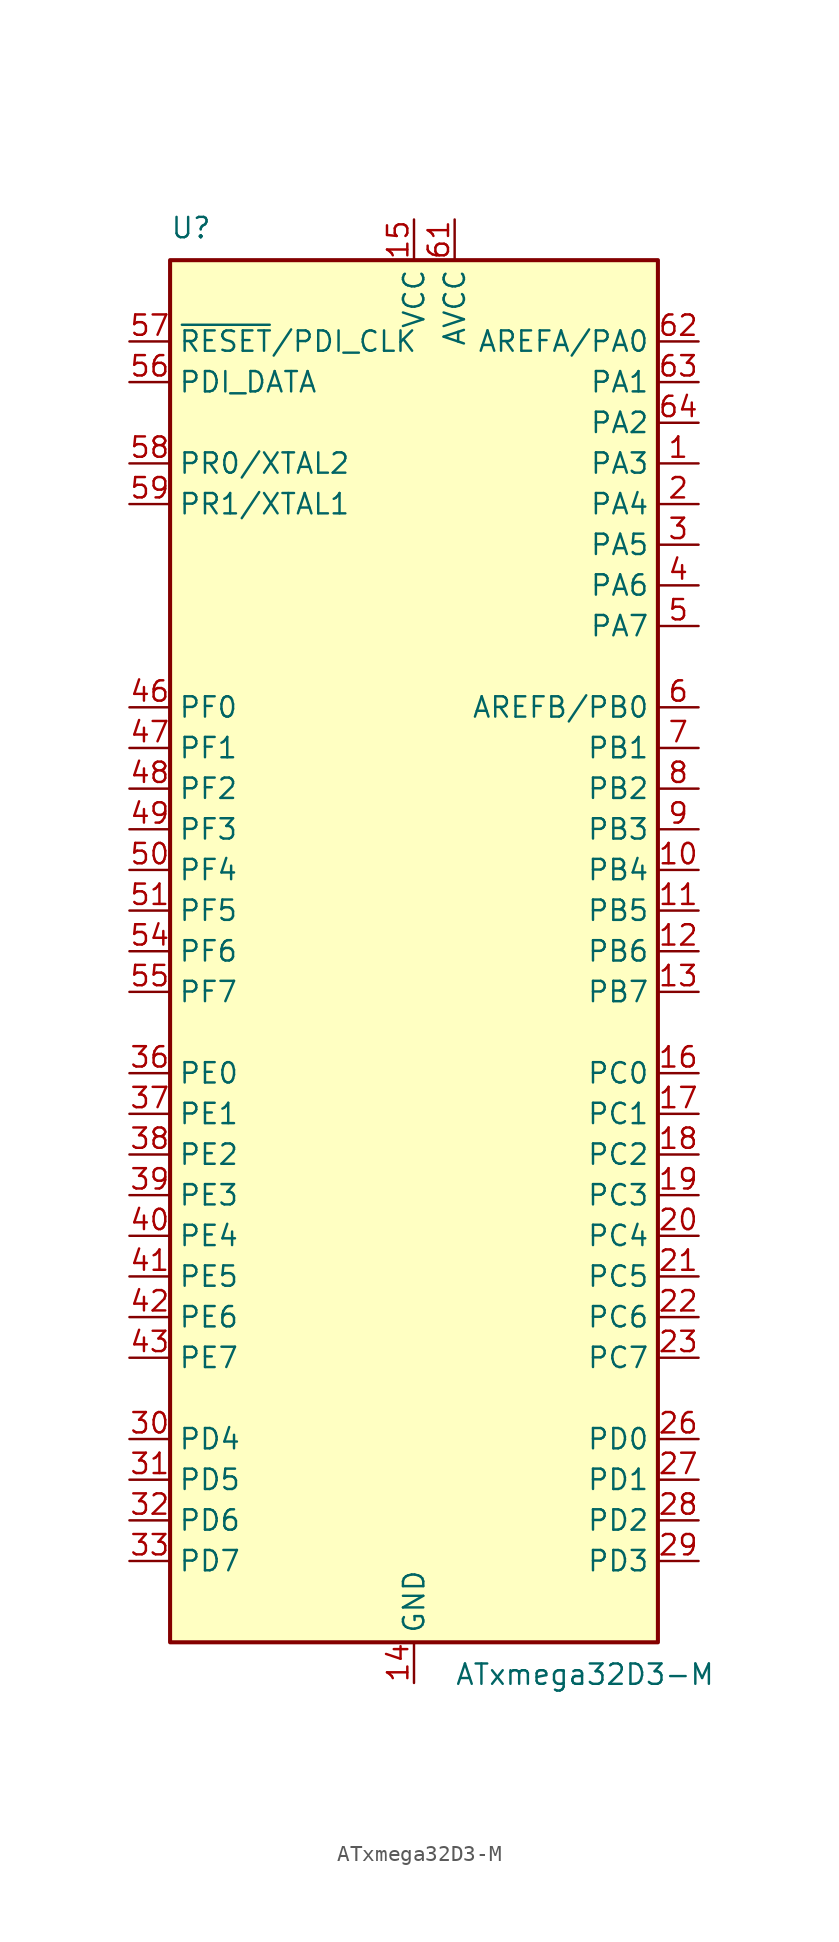
<source format=kicad_sym>
(kicad_symbol_lib
  (version 20211014)
  (generator kicad_symbol_editor)
  (symbol "ATxmega32D3-M"
    (property "Reference" "U"
      (at -15.24 44.45 0)
      (effects (font (size 1.27 1.27)) (justify left bottom)))
    (property "Value" "ATxmega32D3-M"
      (at 2.54 -44.45 0)
      (effects (font (size 1.27 1.27)) (justify left top)))
    (symbol "ATxmega32D3-M_0_1"
      (rectangle (start -15.24 -43.18) (end 15.24 43.18) (stroke (width 0.254) (type default) (color 0 0 0 0)) (fill (type background))))
    (symbol "ATxmega32D3-M_1_1"
      (pin bidirectional line (at 17.78 30.48 180) (length 2.54) (name "PA3" (effects (font (size 1.27 1.27)))) (number "1" (effects (font (size 1.27 1.27)))))
      (pin bidirectional line (at 17.78 5.08 180) (length 2.54) (name "PB4" (effects (font (size 1.27 1.27)))) (number "10" (effects (font (size 1.27 1.27)))))
      (pin bidirectional line (at 17.78 2.54 180) (length 2.54) (name "PB5" (effects (font (size 1.27 1.27)))) (number "11" (effects (font (size 1.27 1.27)))))
      (pin bidirectional line (at 17.78 0 180) (length 2.54) (name "PB6" (effects (font (size 1.27 1.27)))) (number "12" (effects (font (size 1.27 1.27)))))
      (pin bidirectional line (at 17.78 -2.54 180) (length 2.54) (name "PB7" (effects (font (size 1.27 1.27)))) (number "13" (effects (font (size 1.27 1.27)))))
      (pin power_in line (at 0 -45.72 90) (length 2.54) (name "GND" (effects (font (size 1.27 1.27)))) (number "14" (effects (font (size 1.27 1.27)))))
      (pin power_in line (at 0 45.72 270) (length 2.54) (name "VCC" (effects (font (size 1.27 1.27)))) (number "15" (effects (font (size 1.27 1.27)))))
      (pin bidirectional line (at 17.78 -7.62 180) (length 2.54) (name "PC0" (effects (font (size 1.27 1.27)))) (number "16" (effects (font (size 1.27 1.27)))))
      (pin bidirectional line (at 17.78 -10.16 180) (length 2.54) (name "PC1" (effects (font (size 1.27 1.27)))) (number "17" (effects (font (size 1.27 1.27)))))
      (pin bidirectional line (at 17.78 -12.7 180) (length 2.54) (name "PC2" (effects (font (size 1.27 1.27)))) (number "18" (effects (font (size 1.27 1.27)))))
      (pin bidirectional line (at 17.78 -15.24 180) (length 2.54) (name "PC3" (effects (font (size 1.27 1.27)))) (number "19" (effects (font (size 1.27 1.27)))))
      (pin bidirectional line (at 17.78 27.94 180) (length 2.54) (name "PA4" (effects (font (size 1.27 1.27)))) (number "2" (effects (font (size 1.27 1.27)))))
      (pin bidirectional line (at 17.78 -17.78 180) (length 2.54) (name "PC4" (effects (font (size 1.27 1.27)))) (number "20" (effects (font (size 1.27 1.27)))))
      (pin bidirectional line (at 17.78 -20.32 180) (length 2.54) (name "PC5" (effects (font (size 1.27 1.27)))) (number "21" (effects (font (size 1.27 1.27)))))
      (pin bidirectional line (at 17.78 -22.86 180) (length 2.54) (name "PC6" (effects (font (size 1.27 1.27)))) (number "22" (effects (font (size 1.27 1.27)))))
      (pin bidirectional line (at 17.78 -25.4 180) (length 2.54) (name "PC7" (effects (font (size 1.27 1.27)))) (number "23" (effects (font (size 1.27 1.27)))))
      (pin passive line (at 0 -45.72 90) (length 2.54) hide (name "GND" (effects (font (size 1.27 1.27)))) (number "24" (effects (font (size 1.27 1.27)))))
      (pin passive line (at 0 45.72 270) (length 2.54) hide (name "VCC" (effects (font (size 1.27 1.27)))) (number "25" (effects (font (size 1.27 1.27)))))
      (pin bidirectional line (at 17.78 -30.48 180) (length 2.54) (name "PD0" (effects (font (size 1.27 1.27)))) (number "26" (effects (font (size 1.27 1.27)))))
      (pin bidirectional line (at 17.78 -33.02 180) (length 2.54) (name "PD1" (effects (font (size 1.27 1.27)))) (number "27" (effects (font (size 1.27 1.27)))))
      (pin bidirectional line (at 17.78 -35.56 180) (length 2.54) (name "PD2" (effects (font (size 1.27 1.27)))) (number "28" (effects (font (size 1.27 1.27)))))
      (pin bidirectional line (at 17.78 -38.1 180) (length 2.54) (name "PD3" (effects (font (size 1.27 1.27)))) (number "29" (effects (font (size 1.27 1.27)))))
      (pin bidirectional line (at 17.78 25.4 180) (length 2.54) (name "PA5" (effects (font (size 1.27 1.27)))) (number "3" (effects (font (size 1.27 1.27)))))
      (pin bidirectional line (at -17.78 -30.48 0) (length 2.54) (name "PD4" (effects (font (size 1.27 1.27)))) (number "30" (effects (font (size 1.27 1.27)))))
      (pin bidirectional line (at -17.78 -33.02 0) (length 2.54) (name "PD5" (effects (font (size 1.27 1.27)))) (number "31" (effects (font (size 1.27 1.27)))))
      (pin bidirectional line (at -17.78 -35.56 0) (length 2.54) (name "PD6" (effects (font (size 1.27 1.27)))) (number "32" (effects (font (size 1.27 1.27)))))
      (pin bidirectional line (at -17.78 -38.1 0) (length 2.54) (name "PD7" (effects (font (size 1.27 1.27)))) (number "33" (effects (font (size 1.27 1.27)))))
      (pin passive line (at 0 -45.72 90) (length 2.54) hide (name "GND" (effects (font (size 1.27 1.27)))) (number "34" (effects (font (size 1.27 1.27)))))
      (pin passive line (at 0 45.72 270) (length 2.54) hide (name "VCC" (effects (font (size 1.27 1.27)))) (number "35" (effects (font (size 1.27 1.27)))))
      (pin bidirectional line (at -17.78 -7.62 0) (length 2.54) (name "PE0" (effects (font (size 1.27 1.27)))) (number "36" (effects (font (size 1.27 1.27)))))
      (pin bidirectional line (at -17.78 -10.16 0) (length 2.54) (name "PE1" (effects (font (size 1.27 1.27)))) (number "37" (effects (font (size 1.27 1.27)))))
      (pin bidirectional line (at -17.78 -12.7 0) (length 2.54) (name "PE2" (effects (font (size 1.27 1.27)))) (number "38" (effects (font (size 1.27 1.27)))))
      (pin bidirectional line (at -17.78 -15.24 0) (length 2.54) (name "PE3" (effects (font (size 1.27 1.27)))) (number "39" (effects (font (size 1.27 1.27)))))
      (pin bidirectional line (at 17.78 22.86 180) (length 2.54) (name "PA6" (effects (font (size 1.27 1.27)))) (number "4" (effects (font (size 1.27 1.27)))))
      (pin bidirectional line (at -17.78 -17.78 0) (length 2.54) (name "PE4" (effects (font (size 1.27 1.27)))) (number "40" (effects (font (size 1.27 1.27)))))
      (pin bidirectional line (at -17.78 -20.32 0) (length 2.54) (name "PE5" (effects (font (size 1.27 1.27)))) (number "41" (effects (font (size 1.27 1.27)))))
      (pin bidirectional line (at -17.78 -22.86 0) (length 2.54) (name "PE6" (effects (font (size 1.27 1.27)))) (number "42" (effects (font (size 1.27 1.27)))))
      (pin bidirectional line (at -17.78 -25.4 0) (length 2.54) (name "PE7" (effects (font (size 1.27 1.27)))) (number "43" (effects (font (size 1.27 1.27)))))
      (pin passive line (at 0 -45.72 90) (length 2.54) hide (name "GND" (effects (font (size 1.27 1.27)))) (number "44" (effects (font (size 1.27 1.27)))))
      (pin passive line (at 0 45.72 270) (length 2.54) hide (name "VCC" (effects (font (size 1.27 1.27)))) (number "45" (effects (font (size 1.27 1.27)))))
      (pin bidirectional line (at -17.78 15.24 0) (length 2.54) (name "PF0" (effects (font (size 1.27 1.27)))) (number "46" (effects (font (size 1.27 1.27)))))
      (pin bidirectional line (at -17.78 12.7 0) (length 2.54) (name "PF1" (effects (font (size 1.27 1.27)))) (number "47" (effects (font (size 1.27 1.27)))))
      (pin bidirectional line (at -17.78 10.16 0) (length 2.54) (name "PF2" (effects (font (size 1.27 1.27)))) (number "48" (effects (font (size 1.27 1.27)))))
      (pin bidirectional line (at -17.78 7.62 0) (length 2.54) (name "PF3" (effects (font (size 1.27 1.27)))) (number "49" (effects (font (size 1.27 1.27)))))
      (pin bidirectional line (at 17.78 20.32 180) (length 2.54) (name "PA7" (effects (font (size 1.27 1.27)))) (number "5" (effects (font (size 1.27 1.27)))))
      (pin bidirectional line (at -17.78 5.08 0) (length 2.54) (name "PF4" (effects (font (size 1.27 1.27)))) (number "50" (effects (font (size 1.27 1.27)))))
      (pin bidirectional line (at -17.78 2.54 0) (length 2.54) (name "PF5" (effects (font (size 1.27 1.27)))) (number "51" (effects (font (size 1.27 1.27)))))
      (pin passive line (at 0 -45.72 90) (length 2.54) hide (name "GND" (effects (font (size 1.27 1.27)))) (number "52" (effects (font (size 1.27 1.27)))))
      (pin passive line (at 0 45.72 270) (length 2.54) hide (name "VCC" (effects (font (size 1.27 1.27)))) (number "53" (effects (font (size 1.27 1.27)))))
      (pin bidirectional line (at -17.78 0 0) (length 2.54) (name "PF6" (effects (font (size 1.27 1.27)))) (number "54" (effects (font (size 1.27 1.27)))))
      (pin bidirectional line (at -17.78 -2.54 0) (length 2.54) (name "PF7" (effects (font (size 1.27 1.27)))) (number "55" (effects (font (size 1.27 1.27)))))
      (pin bidirectional line (at -17.78 35.56 0) (length 2.54) (name "PDI_DATA" (effects (font (size 1.27 1.27)))) (number "56" (effects (font (size 1.27 1.27)))))
      (pin input line (at -17.78 38.1 0) (length 2.54) (name "~{RESET}/PDI_CLK" (effects (font (size 1.27 1.27)))) (number "57" (effects (font (size 1.27 1.27)))))
      (pin bidirectional line (at -17.78 30.48 0) (length 2.54) (name "PR0/XTAL2" (effects (font (size 1.27 1.27)))) (number "58" (effects (font (size 1.27 1.27)))))
      (pin bidirectional line (at -17.78 27.94 0) (length 2.54) (name "PR1/XTAL1" (effects (font (size 1.27 1.27)))) (number "59" (effects (font (size 1.27 1.27)))))
      (pin bidirectional line (at 17.78 15.24 180) (length 2.54) (name "AREFB/PB0" (effects (font (size 1.27 1.27)))) (number "6" (effects (font (size 1.27 1.27)))))
      (pin passive line (at 0 -45.72 90) (length 2.54) hide (name "GND" (effects (font (size 1.27 1.27)))) (number "60" (effects (font (size 1.27 1.27)))))
      (pin power_in line (at 2.54 45.72 270) (length 2.54) (name "AVCC" (effects (font (size 1.27 1.27)))) (number "61" (effects (font (size 1.27 1.27)))))
      (pin bidirectional line (at 17.78 38.1 180) (length 2.54) (name "AREFA/PA0" (effects (font (size 1.27 1.27)))) (number "62" (effects (font (size 1.27 1.27)))))
      (pin bidirectional line (at 17.78 35.56 180) (length 2.54) (name "PA1" (effects (font (size 1.27 1.27)))) (number "63" (effects (font (size 1.27 1.27)))))
      (pin bidirectional line (at 17.78 33.02 180) (length 2.54) (name "PA2" (effects (font (size 1.27 1.27)))) (number "64" (effects (font (size 1.27 1.27)))))
      (pin passive line (at 0 -45.72 90) (length 2.54) hide (name "GND" (effects (font (size 1.27 1.27)))) (number "65" (effects (font (size 1.27 1.27)))))
      (pin bidirectional line (at 17.78 12.7 180) (length 2.54) (name "PB1" (effects (font (size 1.27 1.27)))) (number "7" (effects (font (size 1.27 1.27)))))
      (pin bidirectional line (at 17.78 10.16 180) (length 2.54) (name "PB2" (effects (font (size 1.27 1.27)))) (number "8" (effects (font (size 1.27 1.27)))))
      (pin bidirectional line (at 17.78 7.62 180) (length 2.54) (name "PB3" (effects (font (size 1.27 1.27)))) (number "9" (effects (font (size 1.27 1.27))))))))
</source>
